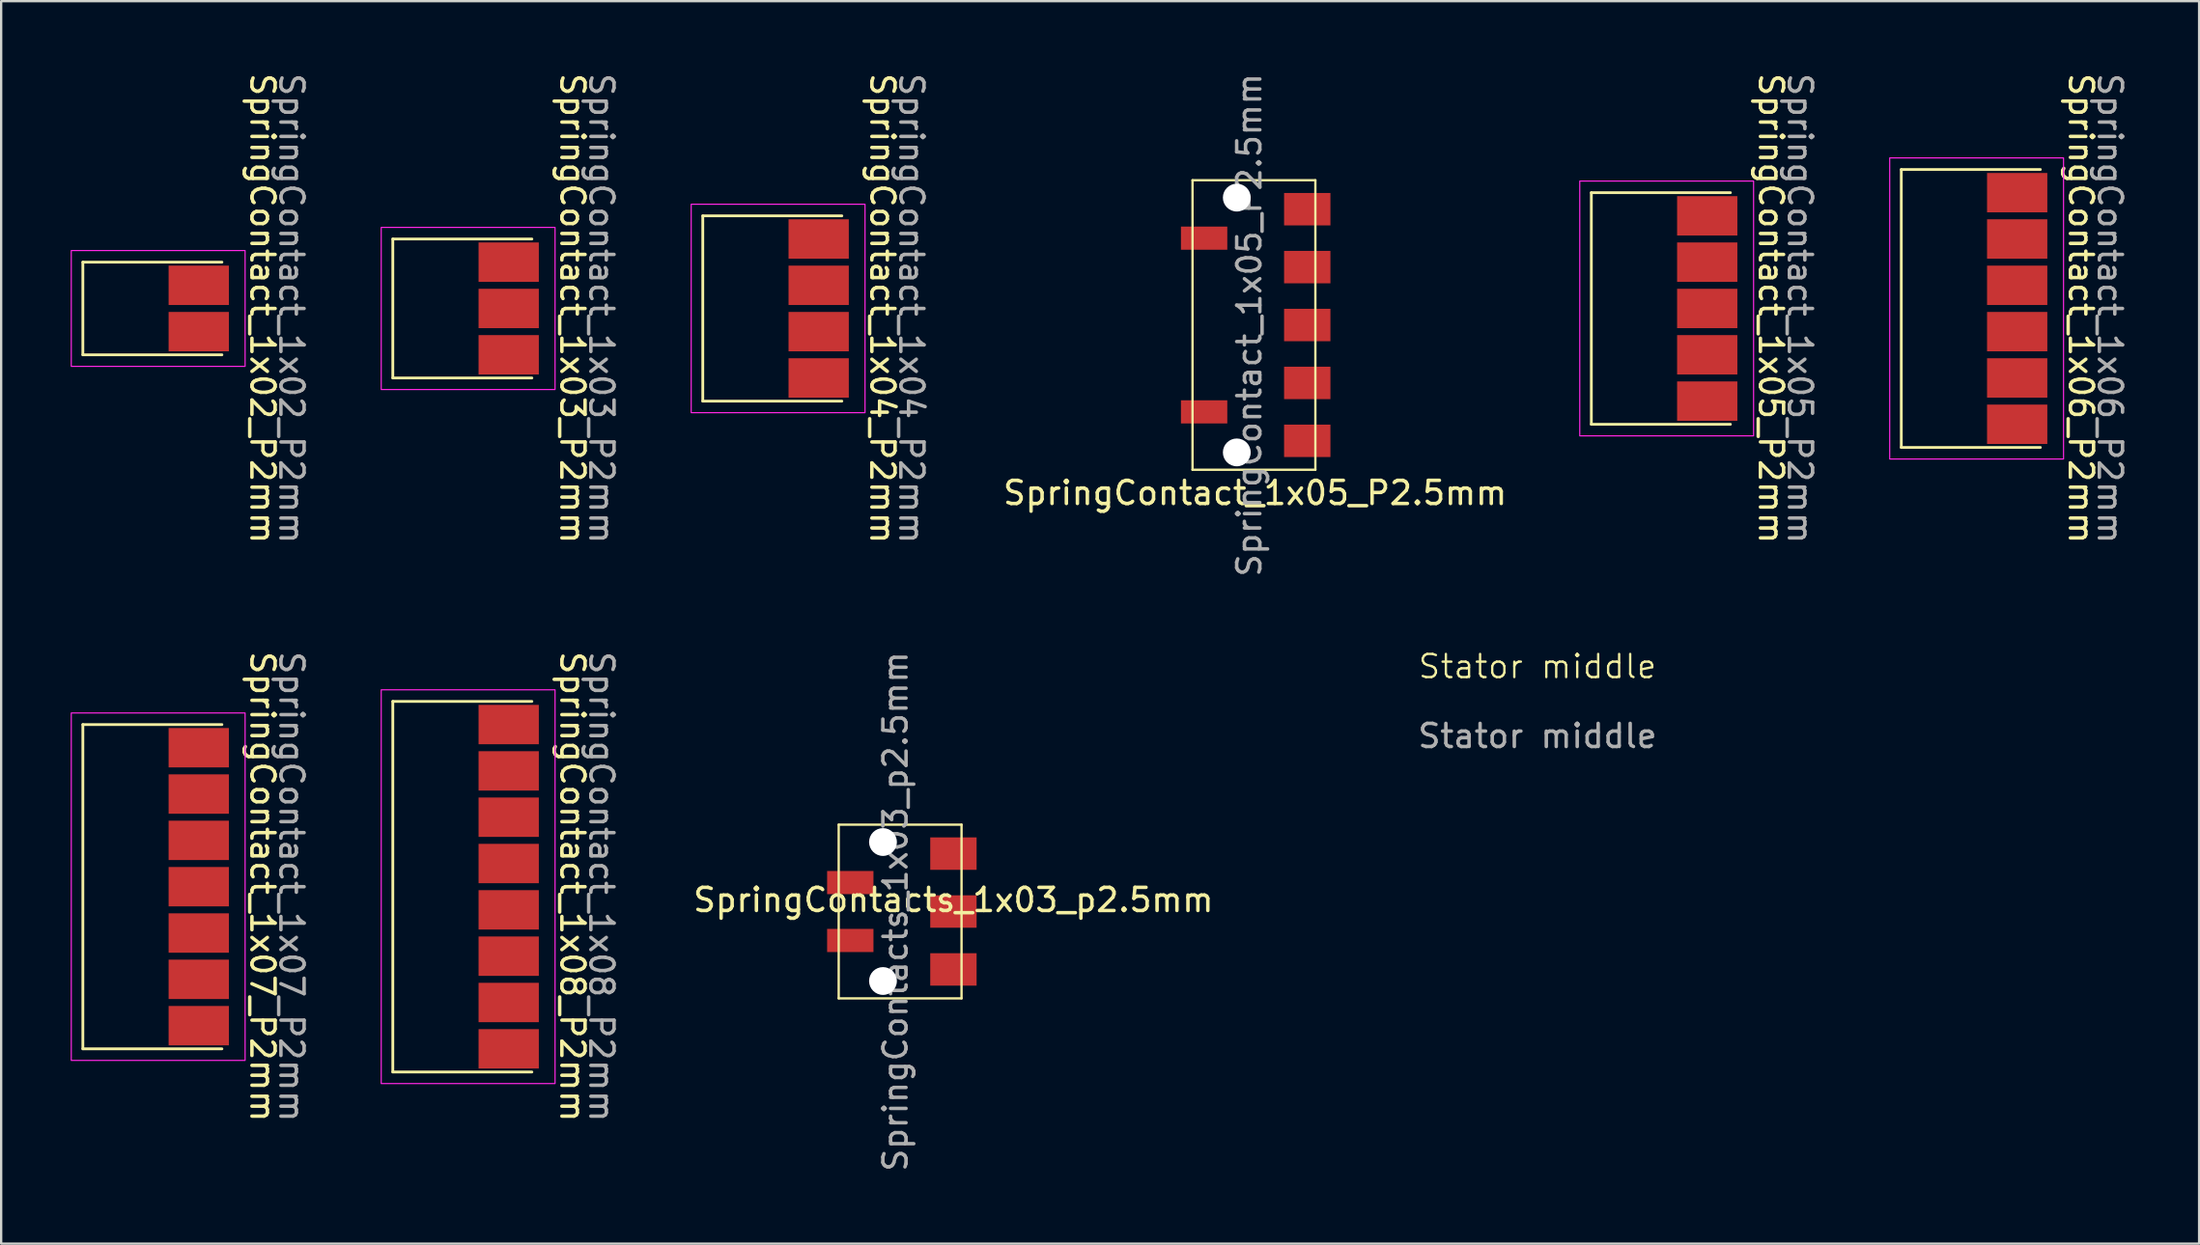
<source format=kicad_pcb>
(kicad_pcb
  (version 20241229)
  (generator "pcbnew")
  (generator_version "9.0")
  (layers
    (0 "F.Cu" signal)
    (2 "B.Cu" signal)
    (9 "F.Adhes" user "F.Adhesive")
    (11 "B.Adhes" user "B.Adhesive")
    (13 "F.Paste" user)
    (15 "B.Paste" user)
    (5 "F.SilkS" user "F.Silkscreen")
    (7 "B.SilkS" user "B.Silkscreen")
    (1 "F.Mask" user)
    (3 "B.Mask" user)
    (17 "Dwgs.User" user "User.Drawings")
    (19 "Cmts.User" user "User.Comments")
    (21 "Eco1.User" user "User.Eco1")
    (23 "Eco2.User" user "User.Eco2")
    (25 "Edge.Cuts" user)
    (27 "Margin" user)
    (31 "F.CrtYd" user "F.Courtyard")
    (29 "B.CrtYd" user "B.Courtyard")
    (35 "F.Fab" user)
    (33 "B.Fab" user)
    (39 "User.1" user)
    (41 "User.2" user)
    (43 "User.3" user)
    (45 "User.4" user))
  (footprint "Stator middle"
    (layer "F.Cu")
    (at 63.285 26.225)
    (property "Reference" "Stator middle" (at 0 -0.5 0) (unlocked yes) (layer "F.SilkS") (effects (font (size 1 1) (thickness 0.1))))
    (attr smd)
    (fp_text user "${REFERENCE}" (at 0 2.5 0) (unlocked yes) (layer "F.Fab") (effects (font (size 1 1) (thickness 0.15))))
    (pad "" smd custom (at 0 0) (size 0.001 0.001) (layers "F.Paste") (options (anchor circle)) (primitives (gr_arc (start -8.904834 1.332107) (mid -0.000024 0.99999) (end 8.904786 1.332103) (width 0.2)) (gr_line (start 8.905 1.332) (end 10.76 -0.523) (width 0.2)) (gr_arc (start -10.759763 -0.52282) (mid 0.000047 -1.000008) (end 10.759857 -0.522812) (width 0.2)) (gr_line (start -10.76 -0.523) (end -8.905 1.332) (width 0.2)))))
  (footprint "SpringContact_1x02_P2mm"
    (layer "F.Cu")
    (at 5.525 10.268)
    (property "Reference" "SpringContact_1x02_P2mm" (at 2.75 0 270) (unlocked yes) (layer "F.SilkS") (effects (font (size 1 1) (thickness 0.15))))
    (fp_line (start -5 -2) (end -5 2) (stroke (width 0.12) (type solid)) (layer "F.SilkS"))
    (fp_line (start -5 -2) (end 1 -2) (stroke (width 0.12) (type solid)) (layer "F.SilkS"))
    (fp_line (start -5 2) (end 1 2) (stroke (width 0.12) (type solid)) (layer "F.SilkS"))
    (fp_rect (start 2 -2.5) (end -5.5 2.5) (stroke (width 0.05) (type solid)) (fill no) (layer "F.CrtYd"))
    (fp_text user "${REFERENCE}" (at 4 0 270) (unlocked yes) (layer "F.Fab") (effects (font (size 1 1) (thickness 0.15))))
    (pad "1" smd rect (at 0 -1) (size 2.6 1.7) (layers "F.Cu" "F.Mask" "F.Paste"))
    (pad "2" smd rect (at 0 1) (size 2.6 1.7) (layers "F.Cu" "F.Mask" "F.Paste")))
  (footprint "SpringContact_1x04_P2mm"
    (layer "F.Cu")
    (at 32.272 10.268)
    (property "Reference" "SpringContact_1x04_P2mm" (at 2.75 0 270) (unlocked yes) (layer "F.SilkS") (effects (font (size 1 1) (thickness 0.15))))
    (fp_line (start -5 -4) (end -5 4) (stroke (width 0.12) (type solid)) (layer "F.SilkS"))
    (fp_line (start -5 -4) (end 1 -4) (stroke (width 0.12) (type solid)) (layer "F.SilkS"))
    (fp_line (start -5 4) (end 1 4) (stroke (width 0.12) (type solid)) (layer "F.SilkS"))
    (fp_rect (start 2 -4.5) (end -5.5 4.5) (stroke (width 0.05) (type solid)) (fill no) (layer "F.CrtYd"))
    (fp_text user "${REFERENCE}" (at 4 0 270) (unlocked yes) (layer "F.Fab") (effects (font (size 1 1) (thickness 0.15))))
    (pad "1" smd rect (at 0 -3) (size 2.6 1.7) (layers "F.Cu" "F.Mask" "F.Paste"))
    (pad "2" smd rect (at 0 -1) (size 2.6 1.7) (layers "F.Cu" "F.Mask" "F.Paste"))
    (pad "3" smd rect (at 0 1) (size 2.6 1.7) (layers "F.Cu" "F.Mask" "F.Paste"))
    (pad "4" smd rect (at 0 3) (size 2.6 1.7) (layers "F.Cu" "F.Mask" "F.Paste")))
  (footprint "SpringContact_1x05_P2mm"
    (layer "F.Cu")
    (at 70.609 10.268)
    (property "Reference" "SpringContact_1x05_P2mm" (at 2.75 0 270) (unlocked yes) (layer "F.SilkS") (effects (font (size 1 1) (thickness 0.15))))
    (fp_line (start -5 -5) (end -5 5) (stroke (width 0.12) (type solid)) (layer "F.SilkS"))
    (fp_line (start -5 -5) (end 1 -5) (stroke (width 0.12) (type solid)) (layer "F.SilkS"))
    (fp_line (start -5 5) (end 1 5) (stroke (width 0.12) (type solid)) (layer "F.SilkS"))
    (fp_rect (start 2 -5.5) (end -5.5 5.5) (stroke (width 0.05) (type solid)) (fill no) (layer "F.CrtYd"))
    (fp_text user "${REFERENCE}" (at 4 0 270) (unlocked yes) (layer "F.Fab") (effects (font (size 1 1) (thickness 0.15))))
    (pad "1" smd rect (at 0 -4) (size 2.6 1.7) (layers "F.Cu" "F.Mask" "F.Paste"))
    (pad "2" smd rect (at 0 -2) (size 2.6 1.7) (layers "F.Cu" "F.Mask" "F.Paste"))
    (pad "3" smd rect (at 0 0) (size 2.6 1.7) (layers "F.Cu" "F.Mask" "F.Paste"))
    (pad "4" smd rect (at 0 2) (size 2.6 1.7) (layers "F.Cu" "F.Mask" "F.Paste"))
    (pad "5" smd rect (at 0 4) (size 2.6 1.7) (layers "F.Cu" "F.Mask" "F.Paste")))
  (footprint "SpringContacts_1x03_p2.5mm"
    (layer "F.Cu")
    (at 38.086 36.304)
    (property "Reference" "SpringContacts_1x03_p2.5mm" (at 0 -0.5 0) (unlocked yes) (layer "F.SilkS") (effects (font (size 1 1) (thickness 0.15))))
    (fp_line (start -4.95 -3.75) (end -4.95 3.75) (stroke (width 0.1) (type solid)) (layer "F.SilkS"))
    (fp_line (start 0.35 -3.75) (end -4.95 -3.75) (stroke (width 0.1) (type solid)) (layer "F.SilkS"))
    (fp_line (start 0.35 -3.75) (end 0.35 3.75) (stroke (width 0.1) (type solid)) (layer "F.SilkS"))
    (fp_line (start 0.35 3.75) (end -4.95 3.75) (stroke (width 0.1) (type solid)) (layer "F.SilkS"))
    (fp_text user "${REFERENCE}" (at -2.5 0 90) (unlocked yes) (layer "F.Fab") (effects (font (size 1 1) (thickness 0.15))))
    (pad "" smd rect (at -4.45 -1.25) (size 2 1) (layers "F.Cu" "F.Mask" "F.Paste"))
    (pad "" smd rect (at -4.45 1.25) (size 2 1) (layers "F.Cu" "F.Mask" "F.Paste"))
    (pad "" np_thru_hole circle (at -3.04 -3) (size 1.2 1.2) (drill 1.2) (layers "*.Cu" "*.Mask"))
    (pad "" np_thru_hole circle (at -3.04 3) (size 1.2 1.2) (drill 1.2) (layers "*.Cu" "*.Mask"))
    (pad "1" smd rect (at 0 -2.5) (size 2 1.4) (layers "F.Cu" "F.Mask" "F.Paste"))
    (pad "2" smd rect (at 0 0) (size 2 1.4) (layers "F.Cu" "F.Mask" "F.Paste"))
    (pad "3" smd rect (at 0 2.5) (size 2 1.4) (layers "F.Cu" "F.Mask" "F.Paste")))
  (footprint "SpringContact_1x05_P2.5mm"
    (layer "F.Cu")
    (at 53.352 10.982)
    (property "Reference" "SpringContact_1x05_P2.5mm" (at -2.25 7.25 0) (unlocked yes) (layer "F.SilkS") (effects (font (size 1 1) (thickness 0.15))))
    (fp_line (start -4.95 -6.25) (end -4.95 6.25) (stroke (width 0.1) (type solid)) (layer "F.SilkS"))
    (fp_line (start 0.35 -6.25) (end -4.95 -6.25) (stroke (width 0.1) (type solid)) (layer "F.SilkS"))
    (fp_line (start 0.35 -6.25) (end 0.35 6.25) (stroke (width 0.1) (type solid)) (layer "F.SilkS"))
    (fp_line (start 0.35 6.25) (end -4.95 6.25) (stroke (width 0.1) (type solid)) (layer "F.SilkS"))
    (fp_text user "${REFERENCE}" (at -2.5 0 90) (unlocked yes) (layer "F.Fab") (effects (font (size 1 1) (thickness 0.15))))
    (pad "" smd rect (at -4.45 -3.75) (size 2 1) (layers "F.Cu" "F.Mask" "F.Paste"))
    (pad "" smd rect (at -4.45 3.75) (size 2 1) (layers "F.Cu" "F.Mask" "F.Paste"))
    (pad "" np_thru_hole circle (at -3.04 -5.5) (size 1.2 1.2) (drill 1.2) (layers "*.Cu" "*.Mask"))
    (pad "" np_thru_hole circle (at -3.04 5.5) (size 1.2 1.2) (drill 1.2) (layers "*.Cu" "*.Mask"))
    (pad "1" smd rect (at 0 -5) (size 2 1.4) (layers "F.Cu" "F.Mask" "F.Paste"))
    (pad "2" smd rect (at 0 -2.5) (size 2 1.4) (layers "F.Cu" "F.Mask" "F.Paste"))
    (pad "3" smd rect (at 0 0) (size 2 1.4) (layers "F.Cu" "F.Mask" "F.Paste"))
    (pad "4" smd rect (at 0 2.5) (size 2 1.4) (layers "F.Cu" "F.Mask" "F.Paste"))
    (pad "5" smd rect (at 0 5) (size 2 1.4) (layers "F.Cu" "F.Mask" "F.Paste")))
  (footprint "SpringContact_1x06_P2mm"
    (layer "F.Cu")
    (at 83.982 10.268)
    (property "Reference" "SpringContact_1x06_P2mm" (at 2.75 0 270) (unlocked yes) (layer "F.SilkS") (effects (font (size 1 1) (thickness 0.15))))
    (fp_line (start -5 -6) (end -5 6) (stroke (width 0.12) (type solid)) (layer "F.SilkS"))
    (fp_line (start -5 -6) (end 1 -6) (stroke (width 0.12) (type solid)) (layer "F.SilkS"))
    (fp_line (start -5 6) (end 1 6) (stroke (width 0.12) (type solid)) (layer "F.SilkS"))
    (fp_rect (start 2 -6.5) (end -5.5 6.5) (stroke (width 0.05) (type solid)) (fill no) (layer "F.CrtYd"))
    (fp_text user "${REFERENCE}" (at 4 0 270) (unlocked yes) (layer "F.Fab") (effects (font (size 1 1) (thickness 0.15))))
    (pad "1" smd rect (at 0 -5) (size 2.6 1.7) (layers "F.Cu" "F.Mask" "F.Paste"))
    (pad "2" smd rect (at 0 -3) (size 2.6 1.7) (layers "F.Cu" "F.Mask" "F.Paste"))
    (pad "3" smd rect (at 0 -1) (size 2.6 1.7) (layers "F.Cu" "F.Mask" "F.Paste"))
    (pad "4" smd rect (at 0 1) (size 2.6 1.7) (layers "F.Cu" "F.Mask" "F.Paste"))
    (pad "5" smd rect (at 0 3) (size 2.6 1.7) (layers "F.Cu" "F.Mask" "F.Paste"))
    (pad "6" smd rect (at 0 5) (size 2.6 1.7) (layers "F.Cu" "F.Mask" "F.Paste")))
  (footprint "SpringContact_1x07_P2mm"
    (layer "F.Cu")
    (at 5.525 35.232)
    (property "Reference" "SpringContact_1x07_P2mm" (at 2.75 0 270) (unlocked yes) (layer "F.SilkS") (effects (font (size 1 1) (thickness 0.15))))
    (fp_line (start -5 -7) (end -5 7) (stroke (width 0.12) (type solid)) (layer "F.SilkS"))
    (fp_line (start -5 -7) (end 1 -7) (stroke (width 0.12) (type solid)) (layer "F.SilkS"))
    (fp_line (start -5 7) (end 1 7) (stroke (width 0.12) (type solid)) (layer "F.SilkS"))
    (fp_rect (start 2 -7.5) (end -5.5 7.5) (stroke (width 0.05) (type solid)) (fill no) (layer "F.CrtYd"))
    (fp_text user "${REFERENCE}" (at 4 0 270) (unlocked yes) (layer "F.Fab") (effects (font (size 1 1) (thickness 0.15))))
    (pad "1" smd rect (at 0 -6) (size 2.6 1.7) (layers "F.Cu" "F.Mask" "F.Paste"))
    (pad "2" smd rect (at 0 -4) (size 2.6 1.7) (layers "F.Cu" "F.Mask" "F.Paste"))
    (pad "3" smd rect (at 0 -2) (size 2.6 1.7) (layers "F.Cu" "F.Mask" "F.Paste"))
    (pad "4" smd rect (at 0 0) (size 2.6 1.7) (layers "F.Cu" "F.Mask" "F.Paste"))
    (pad "5" smd rect (at 0 2) (size 2.6 1.7) (layers "F.Cu" "F.Mask" "F.Paste"))
    (pad "6" smd rect (at 0 4) (size 2.6 1.7) (layers "F.Cu" "F.Mask" "F.Paste"))
    (pad "7" smd rect (at 0 6) (size 2.6 1.7) (layers "F.Cu" "F.Mask" "F.Paste")))
  (footprint "SpringContact_1x03_P2mm"
    (layer "F.Cu")
    (at 18.898 10.268)
    (property "Reference" "SpringContact_1x03_P2mm" (at 2.75 0 270) (unlocked yes) (layer "F.SilkS") (effects (font (size 1 1) (thickness 0.15))))
    (fp_line (start -5 -3) (end -5 3) (stroke (width 0.12) (type solid)) (layer "F.SilkS"))
    (fp_line (start -5 -3) (end 1 -3) (stroke (width 0.12) (type solid)) (layer "F.SilkS"))
    (fp_line (start -5 3) (end 1 3) (stroke (width 0.12) (type solid)) (layer "F.SilkS"))
    (fp_rect (start 2 -3.5) (end -5.5 3.5) (stroke (width 0.05) (type solid)) (fill no) (layer "F.CrtYd"))
    (fp_text user "${REFERENCE}" (at 4 0 270) (unlocked yes) (layer "F.Fab") (effects (font (size 1 1) (thickness 0.15))))
    (pad "1" smd rect (at 0 -2) (size 2.6 1.7) (layers "F.Cu" "F.Mask" "F.Paste"))
    (pad "2" smd rect (at 0 0) (size 2.6 1.7) (layers "F.Cu" "F.Mask" "F.Paste"))
    (pad "3" smd rect (at 0 2) (size 2.6 1.7) (layers "F.Cu" "F.Mask" "F.Paste")))
  (footprint "SpringContact_1x08_P2mm"
    (layer "F.Cu")
    (at 18.898 35.232)
    (property "Reference" "SpringContact_1x08_P2mm" (at 2.75 0 270) (unlocked yes) (layer "F.SilkS") (effects (font (size 1 1) (thickness 0.15))))
    (fp_line (start -5 -8) (end -5 8) (stroke (width 0.12) (type solid)) (layer "F.SilkS"))
    (fp_line (start -5 -8) (end 1 -8) (stroke (width 0.12) (type solid)) (layer "F.SilkS"))
    (fp_line (start -5 8) (end 1 8) (stroke (width 0.12) (type solid)) (layer "F.SilkS"))
    (fp_rect (start 2 -8.5) (end -5.5 8.5) (stroke (width 0.05) (type solid)) (fill no) (layer "F.CrtYd"))
    (fp_text user "${REFERENCE}" (at 4 0 270) (unlocked yes) (layer "F.Fab") (effects (font (size 1 1) (thickness 0.15))))
    (pad "1" smd rect (at 0 -7) (size 2.6 1.7) (layers "F.Cu" "F.Mask" "F.Paste"))
    (pad "2" smd rect (at 0 -5) (size 2.6 1.7) (layers "F.Cu" "F.Mask" "F.Paste"))
    (pad "3" smd rect (at 0 -3) (size 2.6 1.7) (layers "F.Cu" "F.Mask" "F.Paste"))
    (pad "4" smd rect (at 0 -1) (size 2.6 1.7) (layers "F.Cu" "F.Mask" "F.Paste"))
    (pad "5" smd rect (at 0 1) (size 2.6 1.7) (layers "F.Cu" "F.Mask" "F.Paste"))
    (pad "6" smd rect (at 0 3) (size 2.6 1.7) (layers "F.Cu" "F.Mask" "F.Paste"))
    (pad "7" smd rect (at 0 5) (size 2.6 1.7) (layers "F.Cu" "F.Mask" "F.Paste"))
    (pad "8" smd rect (at 0 7) (size 2.6 1.7) (layers "F.Cu" "F.Mask" "F.Paste")))
  (gr_rect
    (start -3 -3)
    (end 91.831 50.643)
    (stroke (width 0.1) (type default))
    (fill no)
    (layer "Edge.Cuts")))
</source>
